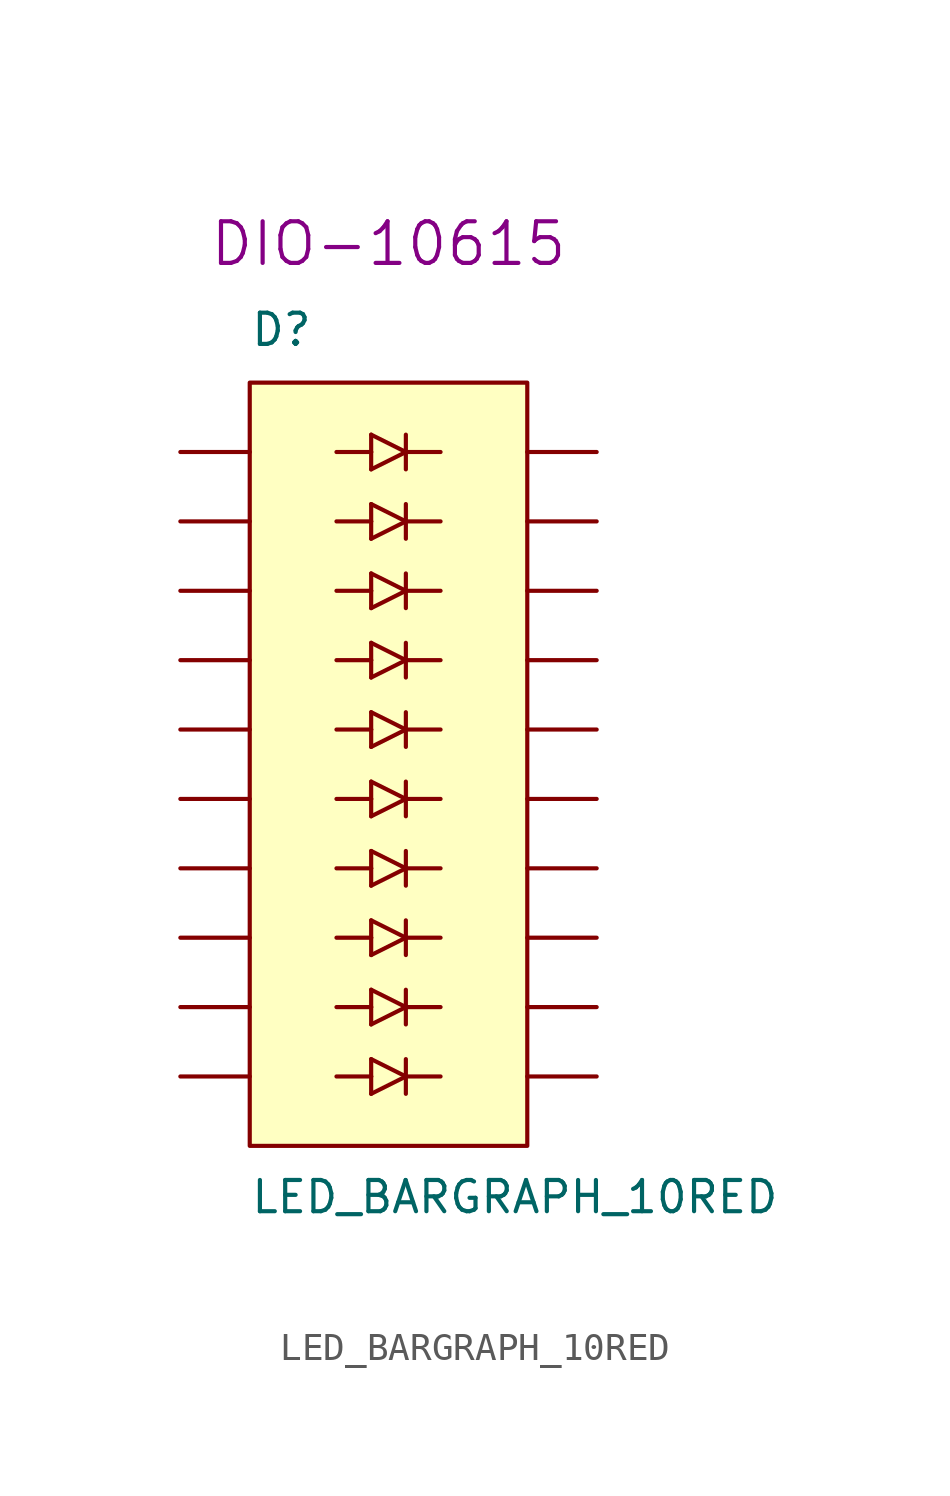
<source format=kicad_sym>
(kicad_symbol_lib
  (version 20220914)
  (generator kicad_symbol_editor)
  (symbol "LED_BARGRAPH_10RED"
    (pin_numbers hide)
    (pin_names
      (offset 1.016) hide)
    (property "Reference" "D"
      (at -5.08 13.97 0)
      (effects (font (size 1.143 1.143)) (justify left bottom)))
    (property "Value" "LED_BARGRAPH_10RED"
      (at -5.08 -17.78 0)
      (effects (font (size 1.143 1.143)) (justify left bottom)))
    (property "Field4" "DIO-10615"
      (at 0 17.78 0)
      (effects (font (size 1.524 1.524))))
    (property "ki_locked" ""
      (at 0 0 0)
      (effects (font (size 1.27 1.27))))
    (symbol "LED_BARGRAPH_10RED_1_0"
      (polyline (pts (xy -1.905 -12.7) (xy -0.635 -12.7)) (stroke (width 0) (type solid)) (fill (type none)))
      (polyline (pts (xy -1.905 -10.16) (xy -0.635 -10.16)) (stroke (width 0) (type solid)) (fill (type none)))
      (polyline (pts (xy -1.905 -7.62) (xy -0.635 -7.62)) (stroke (width 0) (type solid)) (fill (type none)))
      (polyline (pts (xy -1.905 -5.08) (xy -0.635 -5.08)) (stroke (width 0) (type solid)) (fill (type none)))
      (polyline (pts (xy -1.905 -2.54) (xy -0.635 -2.54)) (stroke (width 0) (type solid)) (fill (type none)))
      (polyline (pts (xy -1.905 0) (xy -0.635 0)) (stroke (width 0) (type solid)) (fill (type none)))
      (polyline (pts (xy -1.905 2.54) (xy -0.635 2.54)) (stroke (width 0) (type solid)) (fill (type none)))
      (polyline (pts (xy -1.905 5.08) (xy -0.635 5.08)) (stroke (width 0) (type solid)) (fill (type none)))
      (polyline (pts (xy -1.905 7.62) (xy -0.635 7.62)) (stroke (width 0) (type solid)) (fill (type none)))
      (polyline (pts (xy -1.905 10.16) (xy -0.635 10.16)) (stroke (width 0) (type solid)) (fill (type none)))
      (polyline (pts (xy -0.635 -12.7) (xy -0.635 -13.335)) (stroke (width 0) (type solid)) (fill (type none)))
      (polyline (pts (xy -0.635 -12.065) (xy -0.635 -12.7)) (stroke (width 0) (type solid)) (fill (type none)))
      (polyline (pts (xy -0.635 -12.065) (xy 0.635 -12.7)) (stroke (width 0) (type solid)) (fill (type none)))
      (polyline (pts (xy -0.635 -10.16) (xy -0.635 -10.795)) (stroke (width 0) (type solid)) (fill (type none)))
      (polyline (pts (xy -0.635 -9.525) (xy -0.635 -10.16)) (stroke (width 0) (type solid)) (fill (type none)))
      (polyline (pts (xy -0.635 -9.525) (xy 0.635 -10.16)) (stroke (width 0) (type solid)) (fill (type none)))
      (polyline (pts (xy -0.635 -7.62) (xy -0.635 -8.255)) (stroke (width 0) (type solid)) (fill (type none)))
      (polyline (pts (xy -0.635 -6.985) (xy -0.635 -7.62)) (stroke (width 0) (type solid)) (fill (type none)))
      (polyline (pts (xy -0.635 -6.985) (xy 0.635 -7.62)) (stroke (width 0) (type solid)) (fill (type none)))
      (polyline (pts (xy -0.635 -5.08) (xy -0.635 -5.715)) (stroke (width 0) (type solid)) (fill (type none)))
      (polyline (pts (xy -0.635 -4.445) (xy -0.635 -5.08)) (stroke (width 0) (type solid)) (fill (type none)))
      (polyline (pts (xy -0.635 -4.445) (xy 0.635 -5.08)) (stroke (width 0) (type solid)) (fill (type none)))
      (polyline (pts (xy -0.635 -2.54) (xy -0.635 -3.175)) (stroke (width 0) (type solid)) (fill (type none)))
      (polyline (pts (xy -0.635 -1.905) (xy -0.635 -2.54)) (stroke (width 0) (type solid)) (fill (type none)))
      (polyline (pts (xy -0.635 -1.905) (xy 0.635 -2.54)) (stroke (width 0) (type solid)) (fill (type none)))
      (polyline (pts (xy -0.635 0) (xy -0.635 -0.635)) (stroke (width 0) (type solid)) (fill (type none)))
      (polyline (pts (xy -0.635 0.635) (xy -0.635 0)) (stroke (width 0) (type solid)) (fill (type none)))
      (polyline (pts (xy -0.635 0.635) (xy 0.635 0)) (stroke (width 0) (type solid)) (fill (type none)))
      (polyline (pts (xy -0.635 2.54) (xy -0.635 1.905)) (stroke (width 0) (type solid)) (fill (type none)))
      (polyline (pts (xy -0.635 3.175) (xy -0.635 2.54)) (stroke (width 0) (type solid)) (fill (type none)))
      (polyline (pts (xy -0.635 3.175) (xy 0.635 2.54)) (stroke (width 0) (type solid)) (fill (type none)))
      (polyline (pts (xy -0.635 5.08) (xy -0.635 4.445)) (stroke (width 0) (type solid)) (fill (type none)))
      (polyline (pts (xy -0.635 5.715) (xy -0.635 5.08)) (stroke (width 0) (type solid)) (fill (type none)))
      (polyline (pts (xy -0.635 5.715) (xy 0.635 5.08)) (stroke (width 0) (type solid)) (fill (type none)))
      (polyline (pts (xy -0.635 7.62) (xy -0.635 6.985)) (stroke (width 0) (type solid)) (fill (type none)))
      (polyline (pts (xy -0.635 8.255) (xy -0.635 7.62)) (stroke (width 0) (type solid)) (fill (type none)))
      (polyline (pts (xy -0.635 8.255) (xy 0.635 7.62)) (stroke (width 0) (type solid)) (fill (type none)))
      (polyline (pts (xy -0.635 10.16) (xy -0.635 9.525)) (stroke (width 0) (type solid)) (fill (type none)))
      (polyline (pts (xy -0.635 10.795) (xy -0.635 10.16)) (stroke (width 0) (type solid)) (fill (type none)))
      (polyline (pts (xy -0.635 10.795) (xy 0.635 10.16)) (stroke (width 0) (type solid)) (fill (type none)))
      (polyline (pts (xy 0.635 -12.7) (xy -0.635 -13.335)) (stroke (width 0) (type solid)) (fill (type none)))
      (polyline (pts (xy 0.635 -12.7) (xy 0.635 -13.335)) (stroke (width 0) (type solid)) (fill (type none)))
      (polyline (pts (xy 0.635 -12.7) (xy 1.905 -12.7)) (stroke (width 0) (type solid)) (fill (type none)))
      (polyline (pts (xy 0.635 -12.065) (xy 0.635 -12.7)) (stroke (width 0) (type solid)) (fill (type none)))
      (polyline (pts (xy 0.635 -10.16) (xy -0.635 -10.795)) (stroke (width 0) (type solid)) (fill (type none)))
      (polyline (pts (xy 0.635 -10.16) (xy 0.635 -10.795)) (stroke (width 0) (type solid)) (fill (type none)))
      (polyline (pts (xy 0.635 -10.16) (xy 1.905 -10.16)) (stroke (width 0) (type solid)) (fill (type none)))
      (polyline (pts (xy 0.635 -9.525) (xy 0.635 -10.16)) (stroke (width 0) (type solid)) (fill (type none)))
      (polyline (pts (xy 0.635 -7.62) (xy -0.635 -8.255)) (stroke (width 0) (type solid)) (fill (type none)))
      (polyline (pts (xy 0.635 -7.62) (xy 0.635 -8.255)) (stroke (width 0) (type solid)) (fill (type none)))
      (polyline (pts (xy 0.635 -7.62) (xy 1.905 -7.62)) (stroke (width 0) (type solid)) (fill (type none)))
      (polyline (pts (xy 0.635 -6.985) (xy 0.635 -7.62)) (stroke (width 0) (type solid)) (fill (type none)))
      (polyline (pts (xy 0.635 -5.08) (xy -0.635 -5.715)) (stroke (width 0) (type solid)) (fill (type none)))
      (polyline (pts (xy 0.635 -5.08) (xy 0.635 -5.715)) (stroke (width 0) (type solid)) (fill (type none)))
      (polyline (pts (xy 0.635 -5.08) (xy 1.905 -5.08)) (stroke (width 0) (type solid)) (fill (type none)))
      (polyline (pts (xy 0.635 -4.445) (xy 0.635 -5.08)) (stroke (width 0) (type solid)) (fill (type none)))
      (polyline (pts (xy 0.635 -2.54) (xy -0.635 -3.175)) (stroke (width 0) (type solid)) (fill (type none)))
      (polyline (pts (xy 0.635 -2.54) (xy 0.635 -3.175)) (stroke (width 0) (type solid)) (fill (type none)))
      (polyline (pts (xy 0.635 -2.54) (xy 1.905 -2.54)) (stroke (width 0) (type solid)) (fill (type none)))
      (polyline (pts (xy 0.635 -1.905) (xy 0.635 -2.54)) (stroke (width 0) (type solid)) (fill (type none)))
      (polyline (pts (xy 0.635 0) (xy -0.635 -0.635)) (stroke (width 0) (type solid)) (fill (type none)))
      (polyline (pts (xy 0.635 0) (xy 0.635 -0.635)) (stroke (width 0) (type solid)) (fill (type none)))
      (polyline (pts (xy 0.635 0) (xy 1.905 0)) (stroke (width 0) (type solid)) (fill (type none)))
      (polyline (pts (xy 0.635 0.635) (xy 0.635 0)) (stroke (width 0) (type solid)) (fill (type none)))
      (polyline (pts (xy 0.635 2.54) (xy -0.635 1.905)) (stroke (width 0) (type solid)) (fill (type none)))
      (polyline (pts (xy 0.635 2.54) (xy 0.635 1.905)) (stroke (width 0) (type solid)) (fill (type none)))
      (polyline (pts (xy 0.635 2.54) (xy 1.905 2.54)) (stroke (width 0) (type solid)) (fill (type none)))
      (polyline (pts (xy 0.635 3.175) (xy 0.635 2.54)) (stroke (width 0) (type solid)) (fill (type none)))
      (polyline (pts (xy 0.635 5.08) (xy -0.635 4.445)) (stroke (width 0) (type solid)) (fill (type none)))
      (polyline (pts (xy 0.635 5.08) (xy 0.635 4.445)) (stroke (width 0) (type solid)) (fill (type none)))
      (polyline (pts (xy 0.635 5.08) (xy 1.905 5.08)) (stroke (width 0) (type solid)) (fill (type none)))
      (polyline (pts (xy 0.635 5.715) (xy 0.635 5.08)) (stroke (width 0) (type solid)) (fill (type none)))
      (polyline (pts (xy 0.635 7.62) (xy -0.635 6.985)) (stroke (width 0) (type solid)) (fill (type none)))
      (polyline (pts (xy 0.635 7.62) (xy 0.635 6.985)) (stroke (width 0) (type solid)) (fill (type none)))
      (polyline (pts (xy 0.635 7.62) (xy 1.905 7.62)) (stroke (width 0) (type solid)) (fill (type none)))
      (polyline (pts (xy 0.635 8.255) (xy 0.635 7.62)) (stroke (width 0) (type solid)) (fill (type none)))
      (polyline (pts (xy 0.635 10.16) (xy -0.635 9.525)) (stroke (width 0) (type solid)) (fill (type none)))
      (polyline (pts (xy 0.635 10.16) (xy 0.635 9.525)) (stroke (width 0) (type solid)) (fill (type none)))
      (polyline (pts (xy 0.635 10.16) (xy 1.905 10.16)) (stroke (width 0) (type solid)) (fill (type none)))
      (polyline (pts (xy 0.635 10.795) (xy 0.635 10.16)) (stroke (width 0) (type solid)) (fill (type none))))
    (symbol "LED_BARGRAPH_10RED_1_1"
      (polyline (pts (xy -5.08 12.7) (xy 5.08 12.7) (xy 5.08 -15.24) (xy -5.08 -15.24) (xy -5.08 12.7)) (stroke (width 0) (type solid)) (fill (type background)))
      (pin passive line (at -7.62 10.16 0) (length 2.54) (name "A" (effects (font (size 1.016 1.016)))) (number "1" (effects (font (size 1.016 1.016)))))
      (pin passive line (at -7.62 -12.7 0) (length 2.54) (name "A9" (effects (font (size 1.016 1.016)))) (number "10" (effects (font (size 1.016 1.016)))))
      (pin passive line (at 7.62 -12.7 180) (length 2.54) (name "C9" (effects (font (size 1.016 1.016)))) (number "11" (effects (font (size 1.016 1.016)))))
      (pin passive line (at 7.62 -10.16 180) (length 2.54) (name "C8" (effects (font (size 1.016 1.016)))) (number "12" (effects (font (size 1.016 1.016)))))
      (pin passive line (at 7.62 -7.62 180) (length 2.54) (name "C7" (effects (font (size 1.016 1.016)))) (number "13" (effects (font (size 1.016 1.016)))))
      (pin passive line (at 7.62 -5.08 180) (length 2.54) (name "C6" (effects (font (size 1.016 1.016)))) (number "14" (effects (font (size 1.016 1.016)))))
      (pin passive line (at 7.62 -2.54 180) (length 2.54) (name "C5" (effects (font (size 1.016 1.016)))) (number "15" (effects (font (size 1.016 1.016)))))
      (pin passive line (at 7.62 0 180) (length 2.54) (name "C4" (effects (font (size 1.016 1.016)))) (number "16" (effects (font (size 1.016 1.016)))))
      (pin passive line (at 7.62 2.54 180) (length 2.54) (name "C3" (effects (font (size 1.016 1.016)))) (number "17" (effects (font (size 1.016 1.016)))))
      (pin passive line (at 7.62 5.08 180) (length 2.54) (name "C2" (effects (font (size 1.016 1.016)))) (number "18" (effects (font (size 1.016 1.016)))))
      (pin passive line (at 7.62 7.62 180) (length 2.54) (name "C1" (effects (font (size 1.016 1.016)))) (number "19" (effects (font (size 1.016 1.016)))))
      (pin passive line (at -7.62 7.62 0) (length 2.54) (name "A1" (effects (font (size 1.016 1.016)))) (number "2" (effects (font (size 1.016 1.016)))))
      (pin passive line (at 7.62 10.16 180) (length 2.54) (name "C" (effects (font (size 1.016 1.016)))) (number "20" (effects (font (size 1.016 1.016)))))
      (pin passive line (at -7.62 5.08 0) (length 2.54) (name "A2" (effects (font (size 1.016 1.016)))) (number "3" (effects (font (size 1.016 1.016)))))
      (pin passive line (at -7.62 2.54 0) (length 2.54) (name "A3" (effects (font (size 1.016 1.016)))) (number "4" (effects (font (size 1.016 1.016)))))
      (pin passive line (at -7.62 0 0) (length 2.54) (name "A4" (effects (font (size 1.016 1.016)))) (number "5" (effects (font (size 1.016 1.016)))))
      (pin passive line (at -7.62 -2.54 0) (length 2.54) (name "A5" (effects (font (size 1.016 1.016)))) (number "6" (effects (font (size 1.016 1.016)))))
      (pin passive line (at -7.62 -5.08 0) (length 2.54) (name "A6" (effects (font (size 1.016 1.016)))) (number "7" (effects (font (size 1.016 1.016)))))
      (pin passive line (at -7.62 -7.62 0) (length 2.54) (name "A7" (effects (font (size 1.016 1.016)))) (number "8" (effects (font (size 1.016 1.016)))))
      (pin passive line (at -7.62 -10.16 0) (length 2.54) (name "A8" (effects (font (size 1.016 1.016)))) (number "9" (effects (font (size 1.016 1.016))))))))
</source>
